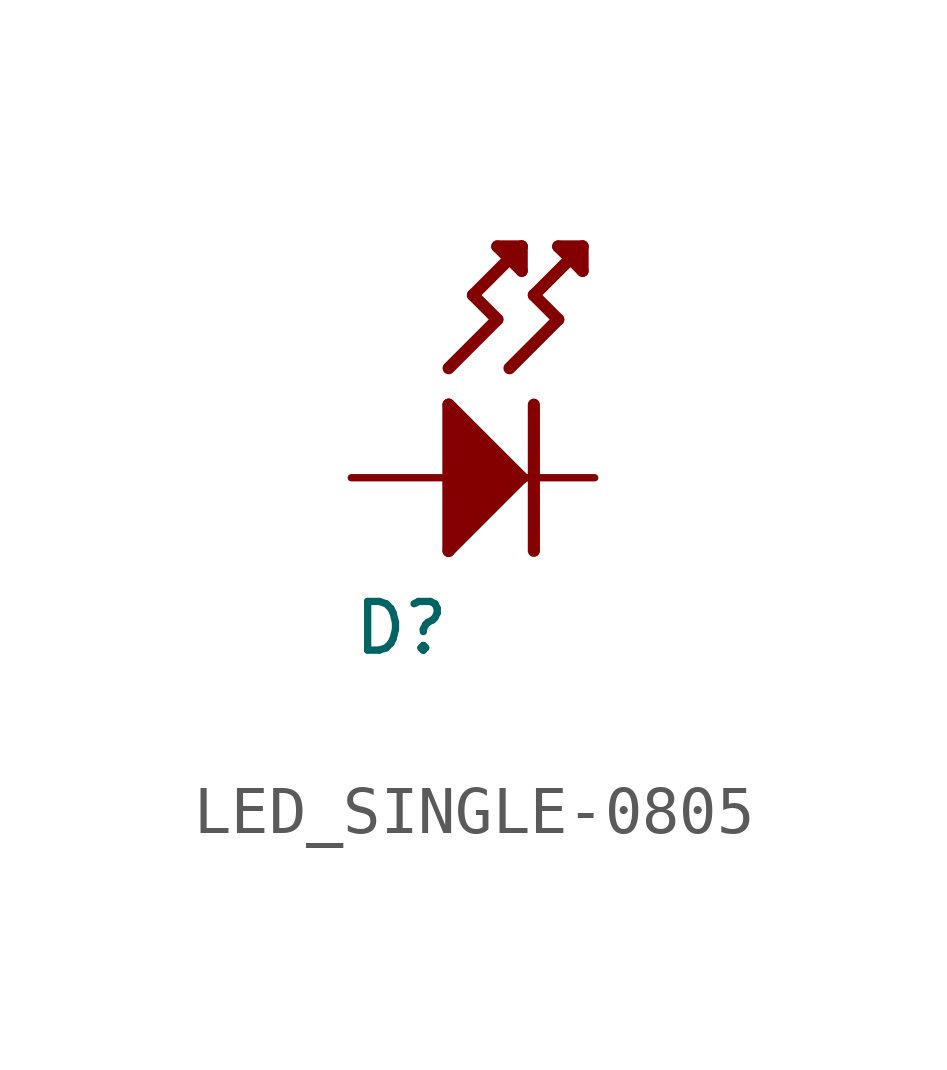
<source format=kicad_sym>
(kicad_symbol_lib
  (version 20231120)
  (generator "kicad_symbol_editor")
  (generator_version "8.0")
  (symbol "LED_SINGLE-0805"
    (property "Reference" "D"
      (at -2.54 -2.54 0)
      (effects (font (size 1.016 1.016)) (justify left top)))
    (property "Value" ""
      (at -2.54 -5.08 0)
      (effects (font (size 1.016 1.016)) (justify left bottom)))
    (property "ki_locked" ""
      (at 0 0 0)
      (effects (font (size 1.27 1.27))))
    (symbol "LED_SINGLE-0805_1_0"
      (polyline (pts (xy -0.508 -1.524) (xy -0.508 1.524)) (stroke (width 0.254) (type solid)) (fill (type none)))
      (polyline (pts (xy -0.508 1.524) (xy 1.016 0)) (stroke (width 0.254) (type solid)) (fill (type none)))
      (polyline (pts (xy -0.508 2.286) (xy 0.508 3.302)) (stroke (width 0.254) (type solid)) (fill (type none)))
      (polyline (pts (xy 0 3.81) (xy 1.016 4.826)) (stroke (width 0.254) (type solid)) (fill (type none)))
      (polyline (pts (xy 0.508 3.302) (xy 0 3.81)) (stroke (width 0.254) (type solid)) (fill (type none)))
      (polyline (pts (xy 0.508 4.826) (xy 1.016 4.318)) (stroke (width 0.254) (type solid)) (fill (type none)))
      (polyline (pts (xy 0.762 2.286) (xy 1.778 3.302)) (stroke (width 0.254) (type solid)) (fill (type none)))
      (polyline (pts (xy 1.016 0) (xy -0.508 -1.524)) (stroke (width 0.254) (type solid)) (fill (type none)))
      (polyline (pts (xy 1.016 4.318) (xy 1.016 4.826)) (stroke (width 0.254) (type solid)) (fill (type none)))
      (polyline (pts (xy 1.016 4.826) (xy 0.508 4.826)) (stroke (width 0.254) (type solid)) (fill (type none)))
      (polyline (pts (xy 1.27 1.524) (xy 1.27 -1.524)) (stroke (width 0.254) (type solid)) (fill (type none)))
      (polyline (pts (xy 1.27 3.81) (xy 2.286 4.826)) (stroke (width 0.254) (type solid)) (fill (type none)))
      (polyline (pts (xy 1.778 3.302) (xy 1.27 3.81)) (stroke (width 0.254) (type solid)) (fill (type none)))
      (polyline (pts (xy 1.778 4.826) (xy 2.286 4.318)) (stroke (width 0.254) (type solid)) (fill (type none)))
      (polyline (pts (xy 2.286 4.318) (xy 2.286 4.826)) (stroke (width 0.254) (type solid)) (fill (type none)))
      (polyline (pts (xy 2.286 4.826) (xy 1.778 4.826)) (stroke (width 0.254) (type solid)) (fill (type none)))
      (polyline (pts (xy -0.508 -1.524) (xy -0.508 1.524) (xy 1.016 0)) (stroke (width 0.254) (type solid)) (fill (type outline)))
      (pin power_in line (at -2.54 0 0) (length 2.54) (name "ANODE" (effects (font (size 0 0)))) (number "ANODE" (effects (font (size 0 0)))))
      (pin power_in line (at 2.54 0 180) (length 2.54) (name "CATHODE" (effects (font (size 0 0)))) (number "CATHODE" (effects (font (size 0 0))))))))
</source>
